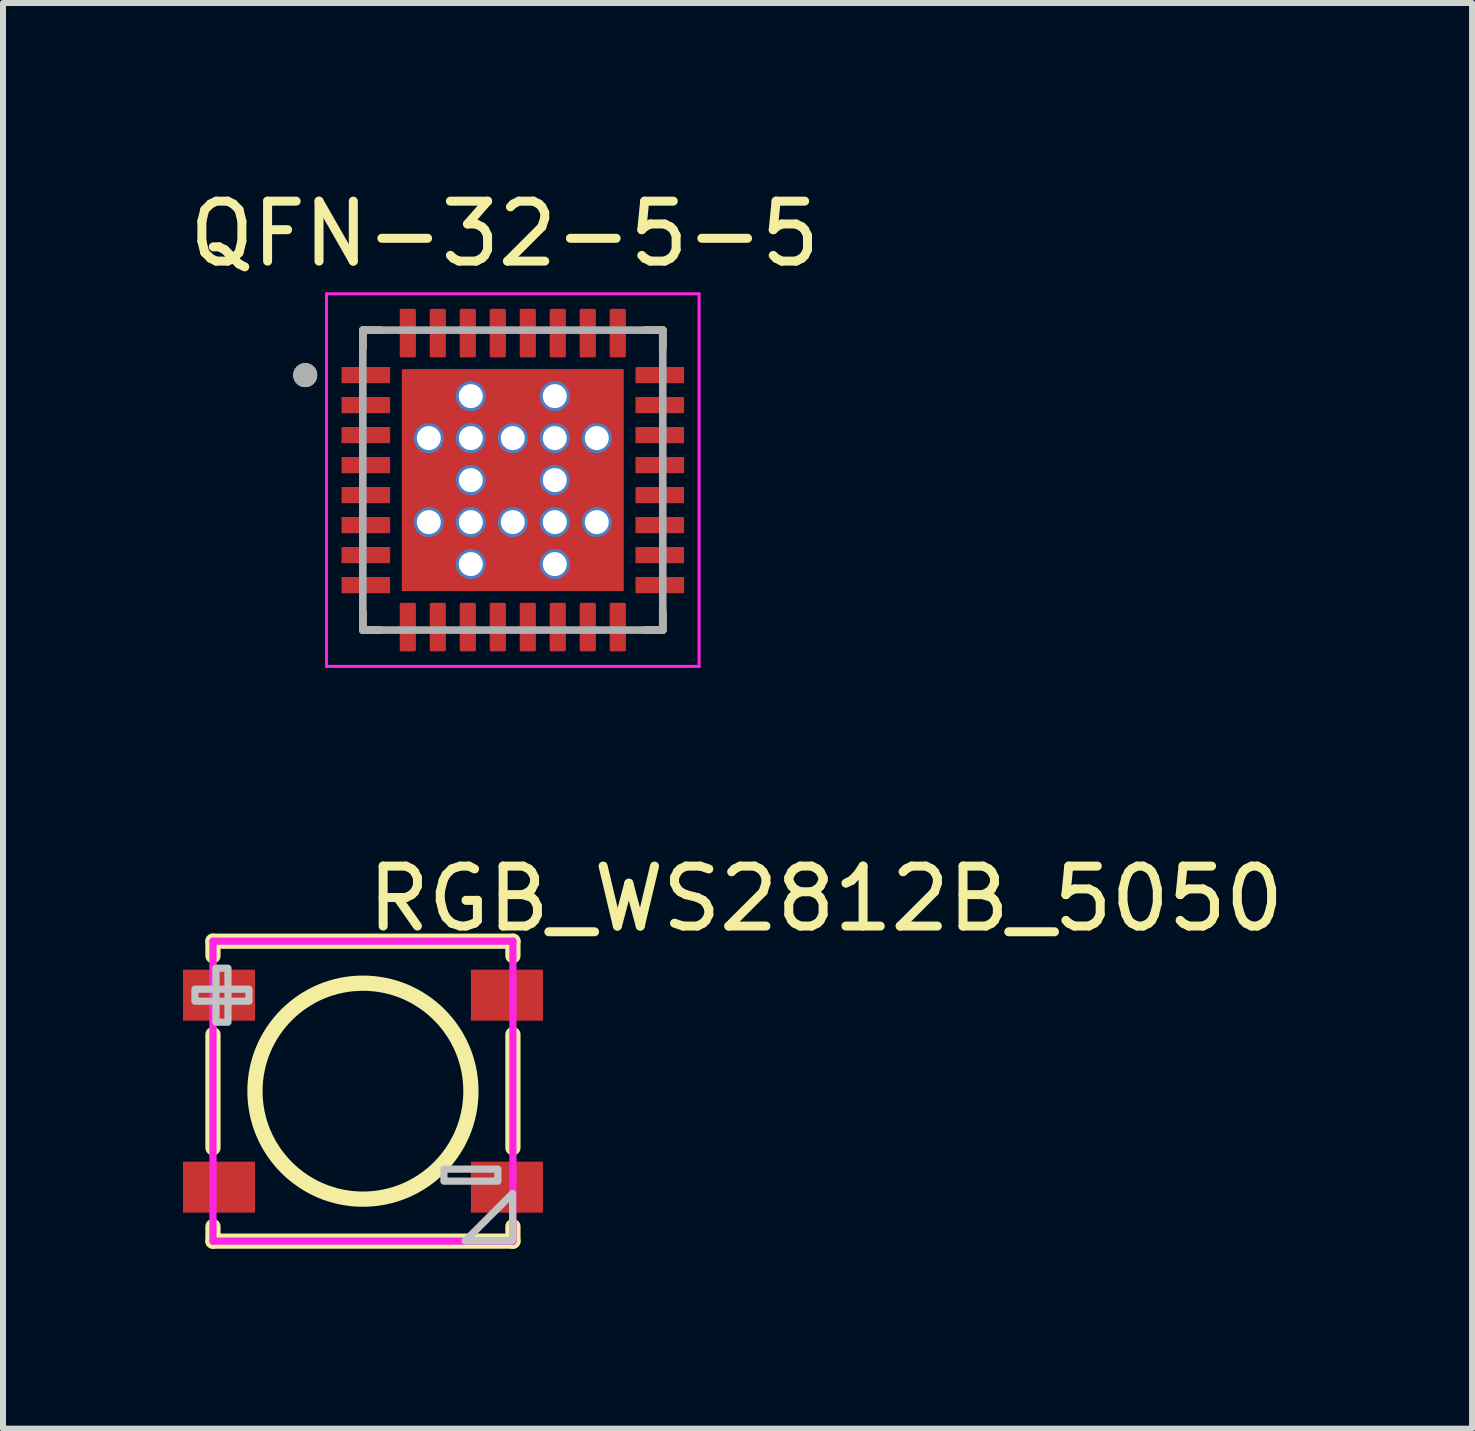
<source format=kicad_pcb>
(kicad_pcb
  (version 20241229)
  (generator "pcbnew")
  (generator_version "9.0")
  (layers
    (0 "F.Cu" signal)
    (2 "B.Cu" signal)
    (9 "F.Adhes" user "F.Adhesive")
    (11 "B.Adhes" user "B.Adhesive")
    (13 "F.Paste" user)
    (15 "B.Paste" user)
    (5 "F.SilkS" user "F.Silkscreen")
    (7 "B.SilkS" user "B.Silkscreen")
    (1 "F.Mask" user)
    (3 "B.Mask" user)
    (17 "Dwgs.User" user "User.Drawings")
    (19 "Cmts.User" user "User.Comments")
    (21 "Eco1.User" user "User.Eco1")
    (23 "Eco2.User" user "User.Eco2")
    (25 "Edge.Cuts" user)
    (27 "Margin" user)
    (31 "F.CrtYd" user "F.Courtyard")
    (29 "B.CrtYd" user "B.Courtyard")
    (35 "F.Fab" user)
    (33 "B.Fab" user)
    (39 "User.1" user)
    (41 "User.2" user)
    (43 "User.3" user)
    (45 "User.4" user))
  (footprint "RGB_WS2812B_5050"
    (layer "F.Cu")
    (at 3 15.139)
    (property "Reference" "RGB_WS2812B_5050" (at 0 -3.207 0) (layer "F.SilkS") (effects (font (size 1 1) (thickness 0.15)) (justify left)))
    (attr through_hole)
    (fp_line (start -2.5 -2.5) (end 2.5 -2.5) (stroke (width 0.254) (type solid)) (layer "F.SilkS"))
    (fp_line (start -2.5 -2.256) (end -2.5 -2.5) (stroke (width 0.254) (type solid)) (layer "F.SilkS"))
    (fp_line (start -2.5 0.944) (end -2.5 -0.944) (stroke (width 0.254) (type solid)) (layer "F.SilkS"))
    (fp_line (start -2.5 2.5) (end -2.5 2.256) (stroke (width 0.254) (type solid)) (layer "F.SilkS"))
    (fp_line (start 2.5 -2.5) (end 2.5 -2.256) (stroke (width 0.254) (type solid)) (layer "F.SilkS"))
    (fp_line (start 2.5 -0.944) (end 2.5 0.944) (stroke (width 0.254) (type solid)) (layer "F.SilkS"))
    (fp_line (start 2.5 2.256) (end 2.5 2.5) (stroke (width 0.254) (type solid)) (layer "F.SilkS"))
    (fp_line (start 2.5 2.5) (end -2.5 2.5) (stroke (width 0.254) (type solid)) (layer "F.SilkS"))
    (fp_circle (center 0 0) (end 1.8 0) (stroke (width 0.254) (type solid)) (fill no) (layer "F.SilkS"))
    (fp_poly (pts (xy -2.8 -1.7) (xy -2.8 -1.5) (xy -1.9 -1.5) (xy -1.9 -1.7)) (stroke (width 0.12) (type solid)) (fill no) (layer "Dwgs.User"))
    (fp_poly (pts (xy -2.45 -1.15) (xy -2.25 -1.15) (xy -2.25 -2.05) (xy -2.45 -2.05)) (stroke (width 0.12) (type solid)) (fill no) (layer "Dwgs.User"))
    (fp_poly (pts (xy 1.35 1.3) (xy 1.35 1.5) (xy 2.25 1.5) (xy 2.25 1.3)) (stroke (width 0.12) (type solid)) (fill no) (layer "Dwgs.User"))
    (fp_poly (pts (xy 1.705 2.495) (xy 2.495 1.705) (xy 2.495 2.486) (xy 2.486 2.495)) (stroke (width 0.12) (type solid)) (fill no) (layer "Dwgs.User"))
    (fp_circle (center -2.698 -2.5) (end -2.668 -2.5) (stroke (width 0.06) (type solid)) (fill no) (layer "Eco2.User"))
    (fp_poly (pts (xy -2.698 -1.2) (xy -2.698 -2) (xy -2.198 -2) (xy -2.198 -1.2)) (stroke (width 0.12) (type solid)) (fill no) (layer "Eco2.User"))
    (fp_poly (pts (xy -2.698 2) (xy -2.698 1.2) (xy -2.198 1.2) (xy -2.198 2)) (stroke (width 0.12) (type solid)) (fill no) (layer "Eco2.User"))
    (fp_poly (pts (xy 2.197 -1.2) (xy 2.197 -2) (xy 2.697 -2) (xy 2.697 -1.2)) (stroke (width 0.12) (type solid)) (fill no) (layer "Eco2.User"))
    (fp_poly (pts (xy 2.197 2) (xy 2.197 1.2) (xy 2.697 1.2) (xy 2.697 2)) (stroke (width 0.12) (type solid)) (fill no) (layer "Eco2.User"))
    (fp_line (start -2.5 -2.5) (end 2.5 -2.5) (stroke (width 0.12) (type solid)) (layer "F.CrtYd"))
    (fp_line (start -2.5 2.5) (end -2.5 -2.5) (stroke (width 0.12) (type solid)) (layer "F.CrtYd"))
    (fp_line (start 2.5 -2.5) (end 2.5 2.5) (stroke (width 0.12) (type solid)) (layer "F.CrtYd"))
    (fp_line (start 2.5 2.5) (end -2.5 2.5) (stroke (width 0.12) (type solid)) (layer "F.CrtYd"))
    (pad "1" smd rect (at -2.4 -1.6) (size 1.2 0.85) (layers "F.Cu" "F.Mask" "F.Paste"))
    (pad "2" smd rect (at -2.4 1.6) (size 1.2 0.85) (layers "F.Cu" "F.Mask" "F.Paste"))
    (pad "3" smd rect (at 2.4 1.6) (size 1.2 0.85) (layers "F.Cu" "F.Mask" "F.Paste"))
    (pad "4" smd rect (at 2.4 -1.6) (size 1.2 0.85) (layers "F.Cu" "F.Mask" "F.Paste")))
  (footprint "QFN-32-5-5"
    (layer "F.Cu")
    (at 5.498 4.953)
    (property "Reference" "QFN-32-5-5" (at -0.135 -4.105 0) (layer "F.SilkS") (effects (font (size 1 1) (thickness 0.15))))
    (attr through_hole)
    (fp_line (start -2.5 -2.5) (end -2.5 -2.205) (stroke (width 0.127) (type solid)) (layer "F.SilkS"))
    (fp_line (start -2.5 -2.5) (end -2.205 -2.5) (stroke (width 0.127) (type solid)) (layer "F.SilkS"))
    (fp_line (start -2.5 2.5) (end -2.5 2.205) (stroke (width 0.127) (type solid)) (layer "F.SilkS"))
    (fp_line (start -2.5 2.5) (end -2.205 2.5) (stroke (width 0.127) (type solid)) (layer "F.SilkS"))
    (fp_line (start 2.5 -2.5) (end 2.205 -2.5) (stroke (width 0.127) (type solid)) (layer "F.SilkS"))
    (fp_line (start 2.5 -2.5) (end 2.5 -2.205) (stroke (width 0.127) (type solid)) (layer "F.SilkS"))
    (fp_line (start 2.5 2.5) (end 2.205 2.5) (stroke (width 0.127) (type solid)) (layer "F.SilkS"))
    (fp_line (start 2.5 2.5) (end 2.5 2.205) (stroke (width 0.127) (type solid)) (layer "F.SilkS"))
    (fp_circle (center -3.46 -1.75) (end -3.36 -1.75) (stroke (width 0.2) (type solid)) (fill no) (layer "F.SilkS"))
    (fp_poly (pts (xy -1.85 -1.85) (xy -0.95 -1.85) (xy -0.95 -0.95) (xy -1.85 -0.95)) (stroke (width 0.01) (type solid)) (fill yes) (layer "F.Paste"))
    (fp_poly (pts (xy -1.85 -0.45) (xy -0.95 -0.45) (xy -0.95 0.45) (xy -1.85 0.45)) (stroke (width 0.01) (type solid)) (fill yes) (layer "F.Paste"))
    (fp_poly (pts (xy -1.85 0.95) (xy -0.95 0.95) (xy -0.95 1.85) (xy -1.85 1.85)) (stroke (width 0.01) (type solid)) (fill yes) (layer "F.Paste"))
    (fp_poly (pts (xy -0.45 -1.85) (xy 0.45 -1.85) (xy 0.45 -0.95) (xy -0.45 -0.95)) (stroke (width 0.01) (type solid)) (fill yes) (layer "F.Paste"))
    (fp_poly (pts (xy -0.45 -0.45) (xy 0.45 -0.45) (xy 0.45 0.45) (xy -0.45 0.45)) (stroke (width 0.01) (type solid)) (fill yes) (layer "F.Paste"))
    (fp_poly (pts (xy -0.45 0.95) (xy 0.45 0.95) (xy 0.45 1.85) (xy -0.45 1.85)) (stroke (width 0.01) (type solid)) (fill yes) (layer "F.Paste"))
    (fp_poly (pts (xy 0.95 -1.85) (xy 1.85 -1.85) (xy 1.85 -0.95) (xy 0.95 -0.95)) (stroke (width 0.01) (type solid)) (fill yes) (layer "F.Paste"))
    (fp_poly (pts (xy 0.95 -0.45) (xy 1.85 -0.45) (xy 1.85 0.45) (xy 0.95 0.45)) (stroke (width 0.01) (type solid)) (fill yes) (layer "F.Paste"))
    (fp_poly (pts (xy 0.95 0.95) (xy 1.85 0.95) (xy 1.85 1.85) (xy 0.95 1.85)) (stroke (width 0.01) (type solid)) (fill yes) (layer "F.Paste"))
    (fp_line (start -3.105 -3.105) (end 3.105 -3.105) (stroke (width 0.05) (type solid)) (layer "F.CrtYd"))
    (fp_line (start -3.105 3.105) (end -3.105 -3.105) (stroke (width 0.05) (type solid)) (layer "F.CrtYd"))
    (fp_line (start -3.105 3.105) (end 3.105 3.105) (stroke (width 0.05) (type solid)) (layer "F.CrtYd"))
    (fp_line (start 3.105 3.105) (end 3.105 -3.105) (stroke (width 0.05) (type solid)) (layer "F.CrtYd"))
    (fp_line (start -2.5 2.5) (end -2.5 -2.5) (stroke (width 0.127) (type solid)) (layer "F.Fab"))
    (fp_line (start 2.5 -2.5) (end -2.5 -2.5) (stroke (width 0.127) (type solid)) (layer "F.Fab"))
    (fp_line (start 2.5 2.5) (end -2.5 2.5) (stroke (width 0.127) (type solid)) (layer "F.Fab"))
    (fp_line (start 2.5 2.5) (end 2.5 -2.5) (stroke (width 0.127) (type solid)) (layer "F.Fab"))
    (fp_circle (center -3.46 -1.75) (end -3.36 -1.75) (stroke (width 0.2) (type solid)) (fill no) (layer "F.Fab"))
    (pad "1" smd roundrect (at -2.45 -1.75) (size 0.81 0.27) (layers "F.Cu" "F.Mask" "F.Paste") (roundrect_rratio 0.03))
    (pad "2" smd roundrect (at -2.45 -1.25) (size 0.81 0.27) (layers "F.Cu" "F.Mask" "F.Paste") (roundrect_rratio 0.03))
    (pad "3" smd roundrect (at -2.45 -0.75) (size 0.81 0.27) (layers "F.Cu" "F.Mask" "F.Paste") (roundrect_rratio 0.03))
    (pad "4" smd roundrect (at -2.45 -0.25) (size 0.81 0.27) (layers "F.Cu" "F.Mask" "F.Paste") (roundrect_rratio 0.03))
    (pad "5" smd roundrect (at -2.45 0.25) (size 0.81 0.27) (layers "F.Cu" "F.Mask" "F.Paste") (roundrect_rratio 0.03))
    (pad "6" smd roundrect (at -2.45 0.75) (size 0.81 0.27) (layers "F.Cu" "F.Mask" "F.Paste") (roundrect_rratio 0.03))
    (pad "7" smd roundrect (at -2.45 1.25) (size 0.81 0.27) (layers "F.Cu" "F.Mask" "F.Paste") (roundrect_rratio 0.03))
    (pad "8" smd roundrect (at -2.45 1.75) (size 0.81 0.27) (layers "F.Cu" "F.Mask" "F.Paste") (roundrect_rratio 0.03))
    (pad "9" smd roundrect (at -1.75 2.45) (size 0.27 0.81) (layers "F.Cu" "F.Mask" "F.Paste") (roundrect_rratio 0.1))
    (pad "10" smd roundrect (at -1.25 2.45) (size 0.27 0.81) (layers "F.Cu" "F.Mask" "F.Paste") (roundrect_rratio 0.1))
    (pad "11" smd roundrect (at -0.75 2.45) (size 0.27 0.81) (layers "F.Cu" "F.Mask" "F.Paste") (roundrect_rratio 0.1))
    (pad "12" smd roundrect (at -0.25 2.45) (size 0.27 0.81) (layers "F.Cu" "F.Mask" "F.Paste") (roundrect_rratio 0.1))
    (pad "13" smd roundrect (at 0.25 2.45) (size 0.27 0.81) (layers "F.Cu" "F.Mask" "F.Paste") (roundrect_rratio 0.1))
    (pad "14" smd roundrect (at 0.75 2.45) (size 0.27 0.81) (layers "F.Cu" "F.Mask" "F.Paste") (roundrect_rratio 0.1))
    (pad "15" smd roundrect (at 1.25 2.45) (size 0.27 0.81) (layers "F.Cu" "F.Mask" "F.Paste") (roundrect_rratio 0.1))
    (pad "16" smd roundrect (at 1.75 2.45) (size 0.27 0.81) (layers "F.Cu" "F.Mask" "F.Paste") (roundrect_rratio 0.1))
    (pad "17" smd roundrect (at 2.45 1.75) (size 0.81 0.27) (layers "F.Cu" "F.Mask" "F.Paste") (roundrect_rratio 0.03))
    (pad "18" smd roundrect (at 2.45 1.25) (size 0.81 0.27) (layers "F.Cu" "F.Mask" "F.Paste") (roundrect_rratio 0.03))
    (pad "19" smd roundrect (at 2.45 0.75) (size 0.81 0.27) (layers "F.Cu" "F.Mask" "F.Paste") (roundrect_rratio 0.03))
    (pad "20" smd roundrect (at 2.45 0.25) (size 0.81 0.27) (layers "F.Cu" "F.Mask" "F.Paste") (roundrect_rratio 0.03))
    (pad "21" smd roundrect (at 2.45 -0.25) (size 0.81 0.27) (layers "F.Cu" "F.Mask" "F.Paste") (roundrect_rratio 0.03))
    (pad "22" smd roundrect (at 2.45 -0.75) (size 0.81 0.27) (layers "F.Cu" "F.Mask" "F.Paste") (roundrect_rratio 0.03))
    (pad "23" smd roundrect (at 2.45 -1.25) (size 0.81 0.27) (layers "F.Cu" "F.Mask" "F.Paste") (roundrect_rratio 0.03))
    (pad "24" smd roundrect (at 2.45 -1.75) (size 0.81 0.27) (layers "F.Cu" "F.Mask" "F.Paste") (roundrect_rratio 0.03))
    (pad "25" smd roundrect (at 1.75 -2.45) (size 0.27 0.81) (layers "F.Cu" "F.Mask" "F.Paste") (roundrect_rratio 0.1))
    (pad "26" smd roundrect (at 1.25 -2.45) (size 0.27 0.81) (layers "F.Cu" "F.Mask" "F.Paste") (roundrect_rratio 0.1))
    (pad "27" smd roundrect (at 0.75 -2.45) (size 0.27 0.81) (layers "F.Cu" "F.Mask" "F.Paste") (roundrect_rratio 0.1))
    (pad "28" smd roundrect (at 0.25 -2.45) (size 0.27 0.81) (layers "F.Cu" "F.Mask" "F.Paste") (roundrect_rratio 0.1))
    (pad "29" smd roundrect (at -0.25 -2.45) (size 0.27 0.81) (layers "F.Cu" "F.Mask" "F.Paste") (roundrect_rratio 0.1))
    (pad "30" smd roundrect (at -0.75 -2.45) (size 0.27 0.81) (layers "F.Cu" "F.Mask" "F.Paste") (roundrect_rratio 0.1))
    (pad "31" smd roundrect (at -1.25 -2.45) (size 0.27 0.81) (layers "F.Cu" "F.Mask" "F.Paste") (roundrect_rratio 0.1))
    (pad "32" smd roundrect (at -1.75 -2.45) (size 0.27 0.81) (layers "F.Cu" "F.Mask" "F.Paste") (roundrect_rratio 0.1))
    (pad "33" smd rect (at 0 0) (size 3.7 3.7) (layers "F.Cu" "F.Mask"))
    (pad "34" thru_hole circle (at -0.7 -1.4) (size 0.5 0.5) (drill 0.4) (layers "*.Cu"))
    (pad "35" thru_hole circle (at 0.7 -1.4) (size 0.5 0.5) (drill 0.4) (layers "*.Cu"))
    (pad "36" thru_hole circle (at -1.4 -0.7) (size 0.5 0.5) (drill 0.4) (layers "*.Cu"))
    (pad "37" thru_hole circle (at -0.7 -0.7) (size 0.5 0.5) (drill 0.4) (layers "*.Cu"))
    (pad "38" thru_hole circle (at 0 -0.7) (size 0.5 0.5) (drill 0.4) (layers "*.Cu"))
    (pad "39" thru_hole circle (at 0.7 -0.7) (size 0.5 0.5) (drill 0.4) (layers "*.Cu"))
    (pad "40" thru_hole circle (at 1.4 -0.7) (size 0.5 0.5) (drill 0.4) (layers "*.Cu"))
    (pad "41" thru_hole circle (at -0.7 0) (size 0.5 0.5) (drill 0.4) (layers "*.Cu"))
    (pad "42" thru_hole circle (at 0.7 0) (size 0.5 0.5) (drill 0.4) (layers "*.Cu"))
    (pad "43" thru_hole circle (at -1.4 0.7) (size 0.5 0.5) (drill 0.4) (layers "*.Cu"))
    (pad "44" thru_hole circle (at -0.7 0.7) (size 0.5 0.5) (drill 0.4) (layers "*.Cu"))
    (pad "45" thru_hole circle (at 0 0.7) (size 0.5 0.5) (drill 0.4) (layers "*.Cu"))
    (pad "46" thru_hole circle (at 0.7 0.7) (size 0.5 0.5) (drill 0.4) (layers "*.Cu"))
    (pad "47" thru_hole circle (at 1.4 0.7) (size 0.5 0.5) (drill 0.4) (layers "*.Cu"))
    (pad "48" thru_hole circle (at -0.7 1.4) (size 0.5 0.5) (drill 0.4) (layers "*.Cu"))
    (pad "49" thru_hole circle (at 0.7 1.4) (size 0.5 0.5) (drill 0.4) (layers "*.Cu")))
  (gr_rect
    (start -3 -3)
    (end 21.488 20.765)
    (stroke (width 0.1) (type default))
    (fill no)
    (layer "Edge.Cuts")))
</source>
